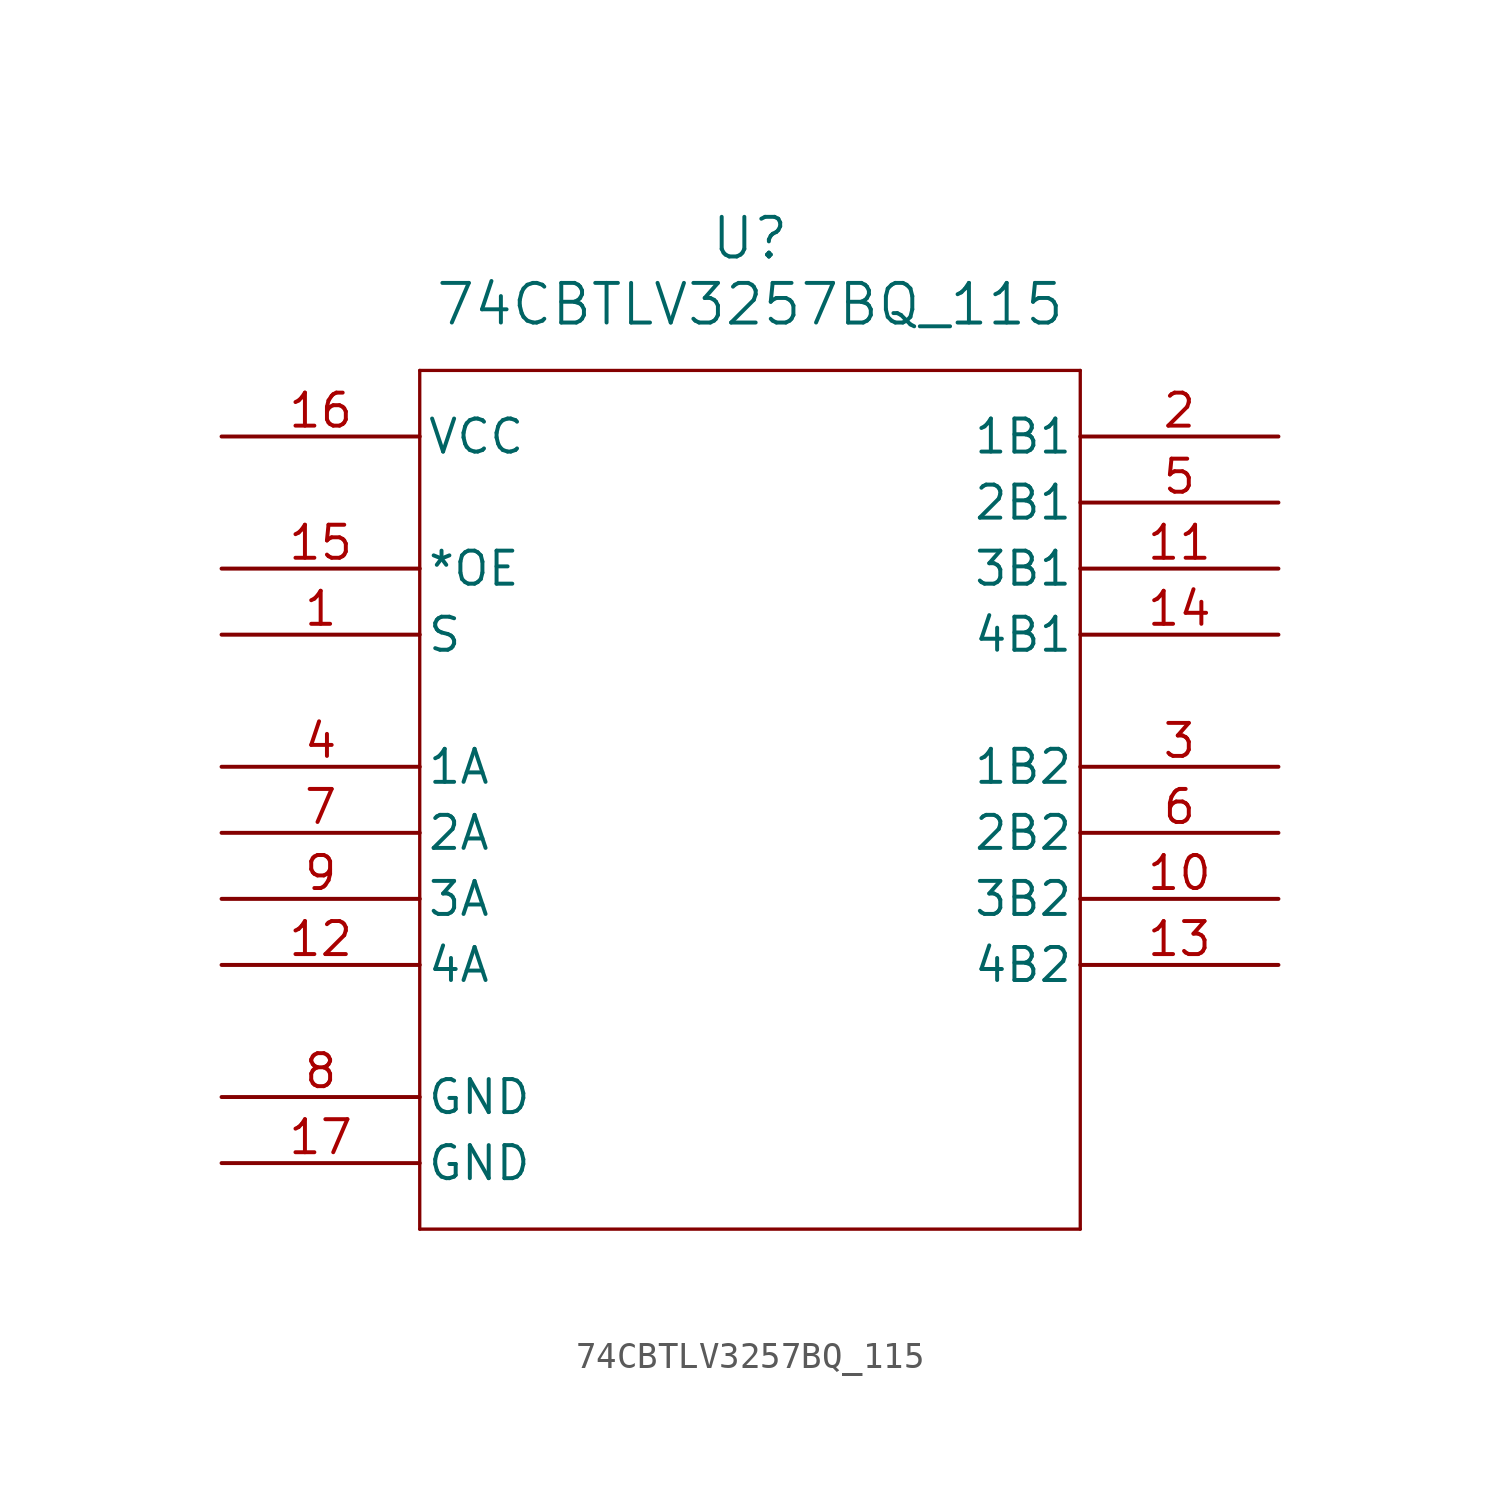
<source format=kicad_sym>
(kicad_symbol_lib
  (version 20211014)
  (generator kicad_symbol_editor)
  (symbol "74CBTLV3257BQ_115"
    (pin_names
      (offset 0.254))
    (property "Reference" "U"
      (at 12.7 5.08 0)
      (effects (font (size 1.524 1.524))))
    (property "Value" "74CBTLV3257BQ_115"
      (at 12.7 2.54 0)
      (effects (font (size 1.524 1.524))))
    (property "ki_locked" ""
      (at 0 0 0)
      (effects (font (size 1.27 1.27))))
    (symbol "74CBTLV3257BQ_115_0_1"
      (polyline (pts (xy 0 -33.02) (xy 25.4 -33.02)) (stroke (width 0.127) (type default) (color 0 0 0 0)) (fill (type none)))
      (polyline (pts (xy 0 0) (xy 0 -33.02)) (stroke (width 0.127) (type default) (color 0 0 0 0)) (fill (type none)))
      (polyline (pts (xy 25.4 -33.02) (xy 25.4 0)) (stroke (width 0.127) (type default) (color 0 0 0 0)) (fill (type none)))
      (polyline (pts (xy 25.4 0) (xy 0 0)) (stroke (width 0.127) (type default) (color 0 0 0 0)) (fill (type none)))
      (pin input line (at -7.62 -10.16 0) (length 7.62) (name "S" (effects (font (size 1.27 1.27)))) (number "1" (effects (font (size 1.27 1.27)))))
      (pin bidirectional line (at 33.02 -20.32 180) (length 7.62) (name "3B2" (effects (font (size 1.27 1.27)))) (number "10" (effects (font (size 1.27 1.27)))))
      (pin bidirectional line (at 33.02 -7.62 180) (length 7.62) (name "3B1" (effects (font (size 1.27 1.27)))) (number "11" (effects (font (size 1.27 1.27)))))
      (pin bidirectional line (at -7.62 -22.86 0) (length 7.62) (name "4A" (effects (font (size 1.27 1.27)))) (number "12" (effects (font (size 1.27 1.27)))))
      (pin bidirectional line (at 33.02 -22.86 180) (length 7.62) (name "4B2" (effects (font (size 1.27 1.27)))) (number "13" (effects (font (size 1.27 1.27)))))
      (pin bidirectional line (at 33.02 -10.16 180) (length 7.62) (name "4B1" (effects (font (size 1.27 1.27)))) (number "14" (effects (font (size 1.27 1.27)))))
      (pin input line (at -7.62 -7.62 0) (length 7.62) (name "*OE" (effects (font (size 1.27 1.27)))) (number "15" (effects (font (size 1.27 1.27)))))
      (pin power_in line (at -7.62 -2.54 0) (length 7.62) (name "VCC" (effects (font (size 1.27 1.27)))) (number "16" (effects (font (size 1.27 1.27)))))
      (pin power_in line (at -7.62 -30.48 0) (length 7.62) (name "GND" (effects (font (size 1.27 1.27)))) (number "17" (effects (font (size 1.27 1.27)))))
      (pin bidirectional line (at 33.02 -2.54 180) (length 7.62) (name "1B1" (effects (font (size 1.27 1.27)))) (number "2" (effects (font (size 1.27 1.27)))))
      (pin bidirectional line (at 33.02 -15.24 180) (length 7.62) (name "1B2" (effects (font (size 1.27 1.27)))) (number "3" (effects (font (size 1.27 1.27)))))
      (pin bidirectional line (at -7.62 -15.24 0) (length 7.62) (name "1A" (effects (font (size 1.27 1.27)))) (number "4" (effects (font (size 1.27 1.27)))))
      (pin bidirectional line (at 33.02 -5.08 180) (length 7.62) (name "2B1" (effects (font (size 1.27 1.27)))) (number "5" (effects (font (size 1.27 1.27)))))
      (pin bidirectional line (at 33.02 -17.78 180) (length 7.62) (name "2B2" (effects (font (size 1.27 1.27)))) (number "6" (effects (font (size 1.27 1.27)))))
      (pin bidirectional line (at -7.62 -17.78 0) (length 7.62) (name "2A" (effects (font (size 1.27 1.27)))) (number "7" (effects (font (size 1.27 1.27)))))
      (pin power_in line (at -7.62 -27.94 0) (length 7.62) (name "GND" (effects (font (size 1.27 1.27)))) (number "8" (effects (font (size 1.27 1.27)))))
      (pin bidirectional line (at -7.62 -20.32 0) (length 7.62) (name "3A" (effects (font (size 1.27 1.27)))) (number "9" (effects (font (size 1.27 1.27))))))))
</source>
